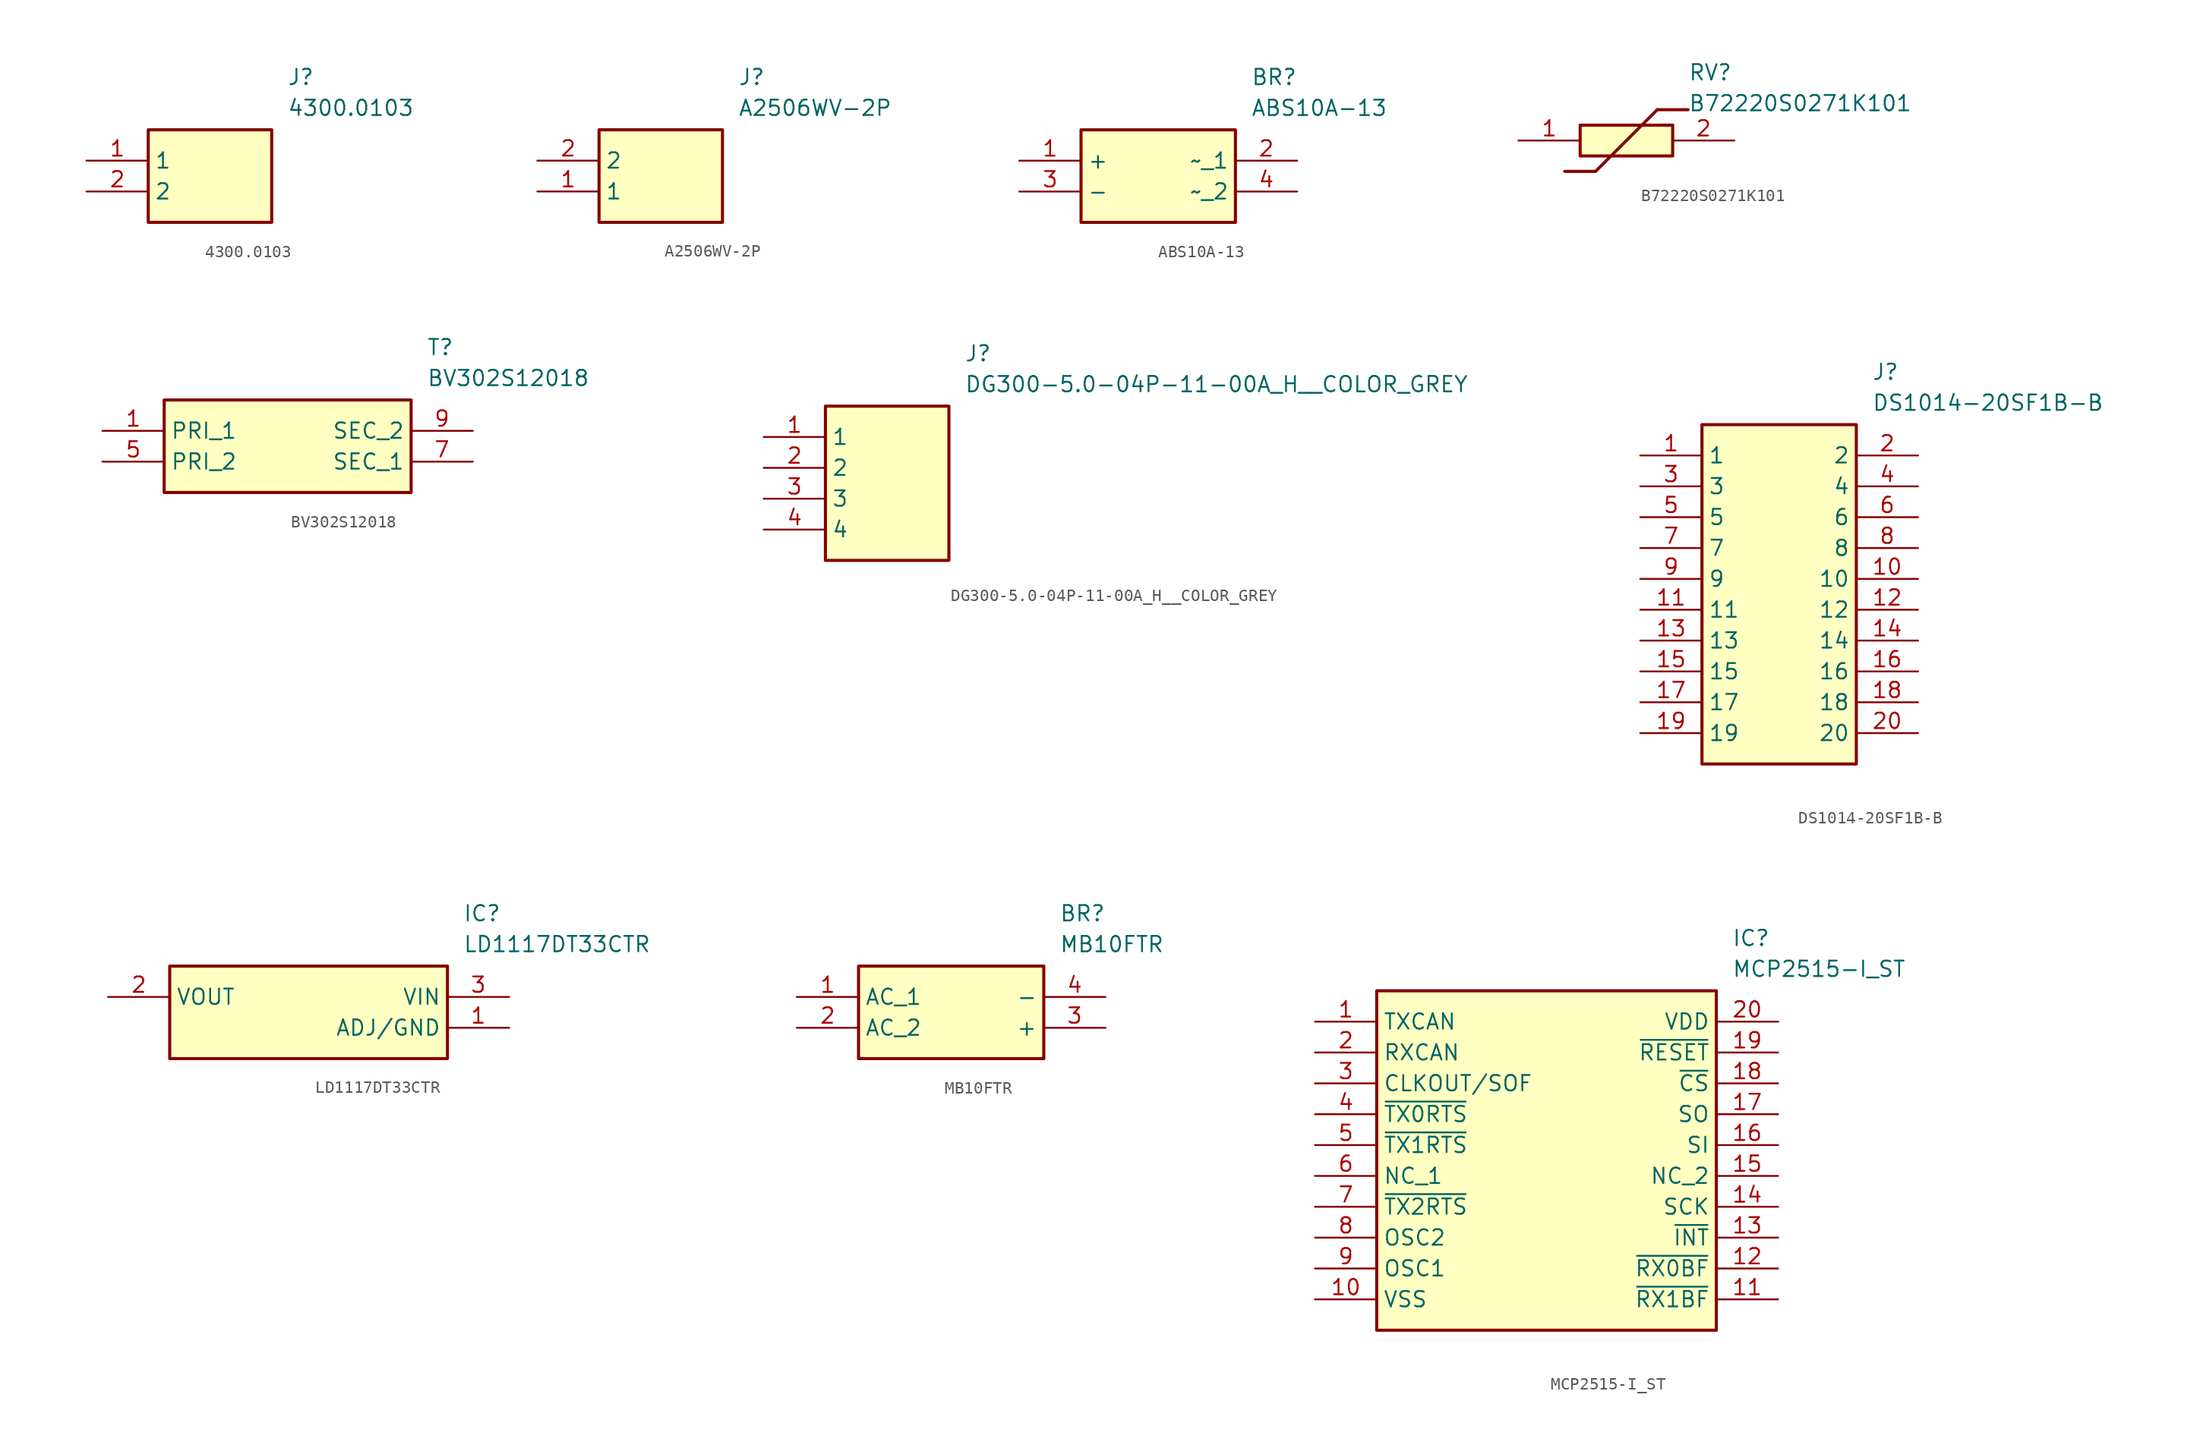
<source format=kicad_sym>
(kicad_symbol_lib
  (version 20241209)
  (generator "kicad_symbol_editor")
  (generator_version "9.0")
  (symbol "4300.0103"
    (property "Reference" "J"
      (at 16.51 7.62 0)
      (effects (font (size 1.27 1.27)) (justify left top)))
    (property "Value" "4300.0103"
      (at 16.51 5.08 0)
      (effects (font (size 1.27 1.27)) (justify left top)))
    (symbol "4300.0103_1_1"
      (rectangle (start 5.08 2.54) (end 15.24 -5.08) (stroke (width 0.254) (type default)) (fill (type background)))
      (pin passive line (at 0 0 0) (length 5.08) (name "1" (effects (font (size 1.27 1.27)))) (number "1" (effects (font (size 1.27 1.27)))))
      (pin passive line (at 0 -2.54 0) (length 5.08) (name "2" (effects (font (size 1.27 1.27)))) (number "2" (effects (font (size 1.27 1.27)))))))
  (symbol "A2506WV-2P"
    (property "Reference" "J"
      (at 16.51 7.62 0)
      (effects (font (size 1.27 1.27)) (justify left top)))
    (property "Value" "A2506WV-2P"
      (at 16.51 5.08 0)
      (effects (font (size 1.27 1.27)) (justify left top)))
    (symbol "A2506WV-2P_1_1"
      (rectangle (start 5.08 2.54) (end 15.24 -5.08) (stroke (width 0.254) (type default)) (fill (type background)))
      (pin passive line (at 0 0 0) (length 5.08) (name "2" (effects (font (size 1.27 1.27)))) (number "2" (effects (font (size 1.27 1.27)))))
      (pin passive line (at 0 -2.54 0) (length 5.08) (name "1" (effects (font (size 1.27 1.27)))) (number "1" (effects (font (size 1.27 1.27)))))))
  (symbol "ABS10A-13"
    (property "Reference" "BR"
      (at 19.05 7.62 0)
      (effects (font (size 1.27 1.27)) (justify left top)))
    (property "Value" "ABS10A-13"
      (at 19.05 5.08 0)
      (effects (font (size 1.27 1.27)) (justify left top)))
    (symbol "ABS10A-13_1_1"
      (rectangle (start 5.08 2.54) (end 17.78 -5.08) (stroke (width 0.254) (type default)) (fill (type background)))
      (pin passive line (at 0 0 0) (length 5.08) (name "+" (effects (font (size 1.27 1.27)))) (number "1" (effects (font (size 1.27 1.27)))))
      (pin passive line (at 0 -2.54 0) (length 5.08) (name "-" (effects (font (size 1.27 1.27)))) (number "3" (effects (font (size 1.27 1.27)))))
      (pin passive line (at 22.86 0 180) (length 5.08) (name "~_1" (effects (font (size 1.27 1.27)))) (number "2" (effects (font (size 1.27 1.27)))))
      (pin passive line (at 22.86 -2.54 180) (length 5.08) (name "~_2" (effects (font (size 1.27 1.27)))) (number "4" (effects (font (size 1.27 1.27)))))))
  (symbol "B72220S0271K101"
    (pin_names
      (hide yes))
    (property "Reference" "RV"
      (at 13.97 6.35 0)
      (effects (font (size 1.27 1.27)) (justify left top)))
    (property "Value" "B72220S0271K101"
      (at 13.97 3.81 0)
      (effects (font (size 1.27 1.27)) (justify left top)))
    (symbol "B72220S0271K101_1_1"
      (polyline (pts (xy 3.81 -2.54) (xy 6.35 -2.54)) (stroke (width 0.254) (type default)) (fill (type none)))
      (rectangle (start 5.08 1.27) (end 12.7 -1.27) (stroke (width 0.254) (type default)) (fill (type background)))
      (polyline (pts (xy 11.43 2.54) (xy 6.35 -2.54)) (stroke (width 0.254) (type default)) (fill (type none)))
      (polyline (pts (xy 11.43 2.54) (xy 13.97 2.54)) (stroke (width 0.254) (type default)) (fill (type none)))
      (pin passive line (at 0 0 0) (length 5.08) (name "1" (effects (font (size 1.27 1.27)))) (number "1" (effects (font (size 1.27 1.27)))))
      (pin passive line (at 17.78 0 180) (length 5.08) (name "2" (effects (font (size 1.27 1.27)))) (number "2" (effects (font (size 1.27 1.27)))))))
  (symbol "BV302S12018"
    (property "Reference" "T"
      (at 26.67 7.62 0)
      (effects (font (size 1.27 1.27)) (justify left top)))
    (property "Value" "BV302S12018"
      (at 26.67 5.08 0)
      (effects (font (size 1.27 1.27)) (justify left top)))
    (symbol "BV302S12018_1_1"
      (rectangle (start 5.08 2.54) (end 25.4 -5.08) (stroke (width 0.254) (type default)) (fill (type background)))
      (pin passive line (at 0 0 0) (length 5.08) (name "PRI_1" (effects (font (size 1.27 1.27)))) (number "1" (effects (font (size 1.27 1.27)))))
      (pin passive line (at 0 -2.54 0) (length 5.08) (name "PRI_2" (effects (font (size 1.27 1.27)))) (number "5" (effects (font (size 1.27 1.27)))))
      (pin passive line (at 30.48 0 180) (length 5.08) (name "SEC_2" (effects (font (size 1.27 1.27)))) (number "9" (effects (font (size 1.27 1.27)))))
      (pin passive line (at 30.48 -2.54 180) (length 5.08) (name "SEC_1" (effects (font (size 1.27 1.27)))) (number "7" (effects (font (size 1.27 1.27)))))))
  (symbol "DG300-5.0-04P-11-00A_H__COLOR_GREY"
    (property "Reference" "J"
      (at 16.51 7.62 0)
      (effects (font (size 1.27 1.27)) (justify left top)))
    (property "Value" "DG300-5.0-04P-11-00A_H__COLOR_GREY"
      (at 16.51 5.08 0)
      (effects (font (size 1.27 1.27)) (justify left top)))
    (symbol "DG300-5.0-04P-11-00A_H__COLOR_GREY_1_1"
      (rectangle (start 5.08 2.54) (end 15.24 -10.16) (stroke (width 0.254) (type default)) (fill (type background)))
      (pin passive line (at 0 0 0) (length 5.08) (name "1" (effects (font (size 1.27 1.27)))) (number "1" (effects (font (size 1.27 1.27)))))
      (pin passive line (at 0 -2.54 0) (length 5.08) (name "2" (effects (font (size 1.27 1.27)))) (number "2" (effects (font (size 1.27 1.27)))))
      (pin passive line (at 0 -5.08 0) (length 5.08) (name "3" (effects (font (size 1.27 1.27)))) (number "3" (effects (font (size 1.27 1.27)))))
      (pin passive line (at 0 -7.62 0) (length 5.08) (name "4" (effects (font (size 1.27 1.27)))) (number "4" (effects (font (size 1.27 1.27)))))))
  (symbol "DS1014-20SF1B-B"
    (property "Reference" "J"
      (at 19.05 7.62 0)
      (effects (font (size 1.27 1.27)) (justify left top)))
    (property "Value" "DS1014-20SF1B-B"
      (at 19.05 5.08 0)
      (effects (font (size 1.27 1.27)) (justify left top)))
    (symbol "DS1014-20SF1B-B_1_1"
      (rectangle (start 5.08 2.54) (end 17.78 -25.4) (stroke (width 0.254) (type default)) (fill (type background)))
      (pin passive line (at 0 0 0) (length 5.08) (name "1" (effects (font (size 1.27 1.27)))) (number "1" (effects (font (size 1.27 1.27)))))
      (pin passive line (at 0 -2.54 0) (length 5.08) (name "3" (effects (font (size 1.27 1.27)))) (number "3" (effects (font (size 1.27 1.27)))))
      (pin passive line (at 0 -5.08 0) (length 5.08) (name "5" (effects (font (size 1.27 1.27)))) (number "5" (effects (font (size 1.27 1.27)))))
      (pin passive line (at 0 -7.62 0) (length 5.08) (name "7" (effects (font (size 1.27 1.27)))) (number "7" (effects (font (size 1.27 1.27)))))
      (pin passive line (at 0 -10.16 0) (length 5.08) (name "9" (effects (font (size 1.27 1.27)))) (number "9" (effects (font (size 1.27 1.27)))))
      (pin passive line (at 0 -12.7 0) (length 5.08) (name "11" (effects (font (size 1.27 1.27)))) (number "11" (effects (font (size 1.27 1.27)))))
      (pin passive line (at 0 -15.24 0) (length 5.08) (name "13" (effects (font (size 1.27 1.27)))) (number "13" (effects (font (size 1.27 1.27)))))
      (pin passive line (at 0 -17.78 0) (length 5.08) (name "15" (effects (font (size 1.27 1.27)))) (number "15" (effects (font (size 1.27 1.27)))))
      (pin passive line (at 0 -20.32 0) (length 5.08) (name "17" (effects (font (size 1.27 1.27)))) (number "17" (effects (font (size 1.27 1.27)))))
      (pin passive line (at 0 -22.86 0) (length 5.08) (name "19" (effects (font (size 1.27 1.27)))) (number "19" (effects (font (size 1.27 1.27)))))
      (pin passive line (at 22.86 0 180) (length 5.08) (name "2" (effects (font (size 1.27 1.27)))) (number "2" (effects (font (size 1.27 1.27)))))
      (pin passive line (at 22.86 -2.54 180) (length 5.08) (name "4" (effects (font (size 1.27 1.27)))) (number "4" (effects (font (size 1.27 1.27)))))
      (pin passive line (at 22.86 -5.08 180) (length 5.08) (name "6" (effects (font (size 1.27 1.27)))) (number "6" (effects (font (size 1.27 1.27)))))
      (pin passive line (at 22.86 -7.62 180) (length 5.08) (name "8" (effects (font (size 1.27 1.27)))) (number "8" (effects (font (size 1.27 1.27)))))
      (pin passive line (at 22.86 -10.16 180) (length 5.08) (name "10" (effects (font (size 1.27 1.27)))) (number "10" (effects (font (size 1.27 1.27)))))
      (pin passive line (at 22.86 -12.7 180) (length 5.08) (name "12" (effects (font (size 1.27 1.27)))) (number "12" (effects (font (size 1.27 1.27)))))
      (pin passive line (at 22.86 -15.24 180) (length 5.08) (name "14" (effects (font (size 1.27 1.27)))) (number "14" (effects (font (size 1.27 1.27)))))
      (pin passive line (at 22.86 -17.78 180) (length 5.08) (name "16" (effects (font (size 1.27 1.27)))) (number "16" (effects (font (size 1.27 1.27)))))
      (pin passive line (at 22.86 -20.32 180) (length 5.08) (name "18" (effects (font (size 1.27 1.27)))) (number "18" (effects (font (size 1.27 1.27)))))
      (pin passive line (at 22.86 -22.86 180) (length 5.08) (name "20" (effects (font (size 1.27 1.27)))) (number "20" (effects (font (size 1.27 1.27)))))))
  (symbol "LD1117DT33CTR"
    (property "Reference" "IC"
      (at 29.21 7.62 0)
      (effects (font (size 1.27 1.27)) (justify left top)))
    (property "Value" "LD1117DT33CTR"
      (at 29.21 5.08 0)
      (effects (font (size 1.27 1.27)) (justify left top)))
    (symbol "LD1117DT33CTR_1_1"
      (rectangle (start 5.08 2.54) (end 27.94 -5.08) (stroke (width 0.254) (type default)) (fill (type background)))
      (pin passive line (at 0 0 0) (length 5.08) (name "VOUT" (effects (font (size 1.27 1.27)))) (number "2" (effects (font (size 1.27 1.27)))))
      (pin passive line (at 33.02 0 180) (length 5.08) (name "VIN" (effects (font (size 1.27 1.27)))) (number "3" (effects (font (size 1.27 1.27)))))
      (pin passive line (at 33.02 -2.54 180) (length 5.08) (name "ADJ/GND" (effects (font (size 1.27 1.27)))) (number "1" (effects (font (size 1.27 1.27)))))))
  (symbol "MB10FTR"
    (property "Reference" "BR"
      (at 21.59 7.62 0)
      (effects (font (size 1.27 1.27)) (justify left top)))
    (property "Value" "MB10FTR"
      (at 21.59 5.08 0)
      (effects (font (size 1.27 1.27)) (justify left top)))
    (symbol "MB10FTR_1_1"
      (rectangle (start 5.08 2.54) (end 20.32 -5.08) (stroke (width 0.254) (type default)) (fill (type background)))
      (pin passive line (at 0 0 0) (length 5.08) (name "AC_1" (effects (font (size 1.27 1.27)))) (number "1" (effects (font (size 1.27 1.27)))))
      (pin passive line (at 0 -2.54 0) (length 5.08) (name "AC_2" (effects (font (size 1.27 1.27)))) (number "2" (effects (font (size 1.27 1.27)))))
      (pin passive line (at 25.4 0 180) (length 5.08) (name "-" (effects (font (size 1.27 1.27)))) (number "4" (effects (font (size 1.27 1.27)))))
      (pin passive line (at 25.4 -2.54 180) (length 5.08) (name "+" (effects (font (size 1.27 1.27)))) (number "3" (effects (font (size 1.27 1.27)))))))
  (symbol "MCP2515-I_ST"
    (property "Reference" "IC"
      (at 34.29 7.62 0)
      (effects (font (size 1.27 1.27)) (justify left top)))
    (property "Value" "MCP2515-I_ST"
      (at 34.29 5.08 0)
      (effects (font (size 1.27 1.27)) (justify left top)))
    (symbol "MCP2515-I_ST_1_1"
      (rectangle (start 5.08 2.54) (end 33.02 -25.4) (stroke (width 0.254) (type default)) (fill (type background)))
      (pin passive line (at 0 0 0) (length 5.08) (name "TXCAN" (effects (font (size 1.27 1.27)))) (number "1" (effects (font (size 1.27 1.27)))))
      (pin passive line (at 0 -2.54 0) (length 5.08) (name "RXCAN" (effects (font (size 1.27 1.27)))) (number "2" (effects (font (size 1.27 1.27)))))
      (pin passive line (at 0 -5.08 0) (length 5.08) (name "CLKOUT/SOF" (effects (font (size 1.27 1.27)))) (number "3" (effects (font (size 1.27 1.27)))))
      (pin passive line (at 0 -7.62 0) (length 5.08) (name "~{TX0RTS}" (effects (font (size 1.27 1.27)))) (number "4" (effects (font (size 1.27 1.27)))))
      (pin passive line (at 0 -10.16 0) (length 5.08) (name "~{TX1RTS}" (effects (font (size 1.27 1.27)))) (number "5" (effects (font (size 1.27 1.27)))))
      (pin passive line (at 0 -12.7 0) (length 5.08) (name "NC_1" (effects (font (size 1.27 1.27)))) (number "6" (effects (font (size 1.27 1.27)))))
      (pin passive line (at 0 -15.24 0) (length 5.08) (name "~{TX2RTS}" (effects (font (size 1.27 1.27)))) (number "7" (effects (font (size 1.27 1.27)))))
      (pin passive line (at 0 -17.78 0) (length 5.08) (name "OSC2" (effects (font (size 1.27 1.27)))) (number "8" (effects (font (size 1.27 1.27)))))
      (pin passive line (at 0 -20.32 0) (length 5.08) (name "OSC1" (effects (font (size 1.27 1.27)))) (number "9" (effects (font (size 1.27 1.27)))))
      (pin passive line (at 0 -22.86 0) (length 5.08) (name "VSS" (effects (font (size 1.27 1.27)))) (number "10" (effects (font (size 1.27 1.27)))))
      (pin passive line (at 38.1 0 180) (length 5.08) (name "VDD" (effects (font (size 1.27 1.27)))) (number "20" (effects (font (size 1.27 1.27)))))
      (pin passive line (at 38.1 -2.54 180) (length 5.08) (name "~{RESET}" (effects (font (size 1.27 1.27)))) (number "19" (effects (font (size 1.27 1.27)))))
      (pin passive line (at 38.1 -5.08 180) (length 5.08) (name "~{CS}" (effects (font (size 1.27 1.27)))) (number "18" (effects (font (size 1.27 1.27)))))
      (pin passive line (at 38.1 -7.62 180) (length 5.08) (name "SO" (effects (font (size 1.27 1.27)))) (number "17" (effects (font (size 1.27 1.27)))))
      (pin passive line (at 38.1 -10.16 180) (length 5.08) (name "SI" (effects (font (size 1.27 1.27)))) (number "16" (effects (font (size 1.27 1.27)))))
      (pin passive line (at 38.1 -12.7 180) (length 5.08) (name "NC_2" (effects (font (size 1.27 1.27)))) (number "15" (effects (font (size 1.27 1.27)))))
      (pin passive line (at 38.1 -15.24 180) (length 5.08) (name "SCK" (effects (font (size 1.27 1.27)))) (number "14" (effects (font (size 1.27 1.27)))))
      (pin passive line (at 38.1 -17.78 180) (length 5.08) (name "~{INT}" (effects (font (size 1.27 1.27)))) (number "13" (effects (font (size 1.27 1.27)))))
      (pin passive line (at 38.1 -20.32 180) (length 5.08) (name "~{RX0BF}" (effects (font (size 1.27 1.27)))) (number "12" (effects (font (size 1.27 1.27)))))
      (pin passive line (at 38.1 -22.86 180) (length 5.08) (name "~{RX1BF}" (effects (font (size 1.27 1.27)))) (number "11" (effects (font (size 1.27 1.27))))))))
</source>
